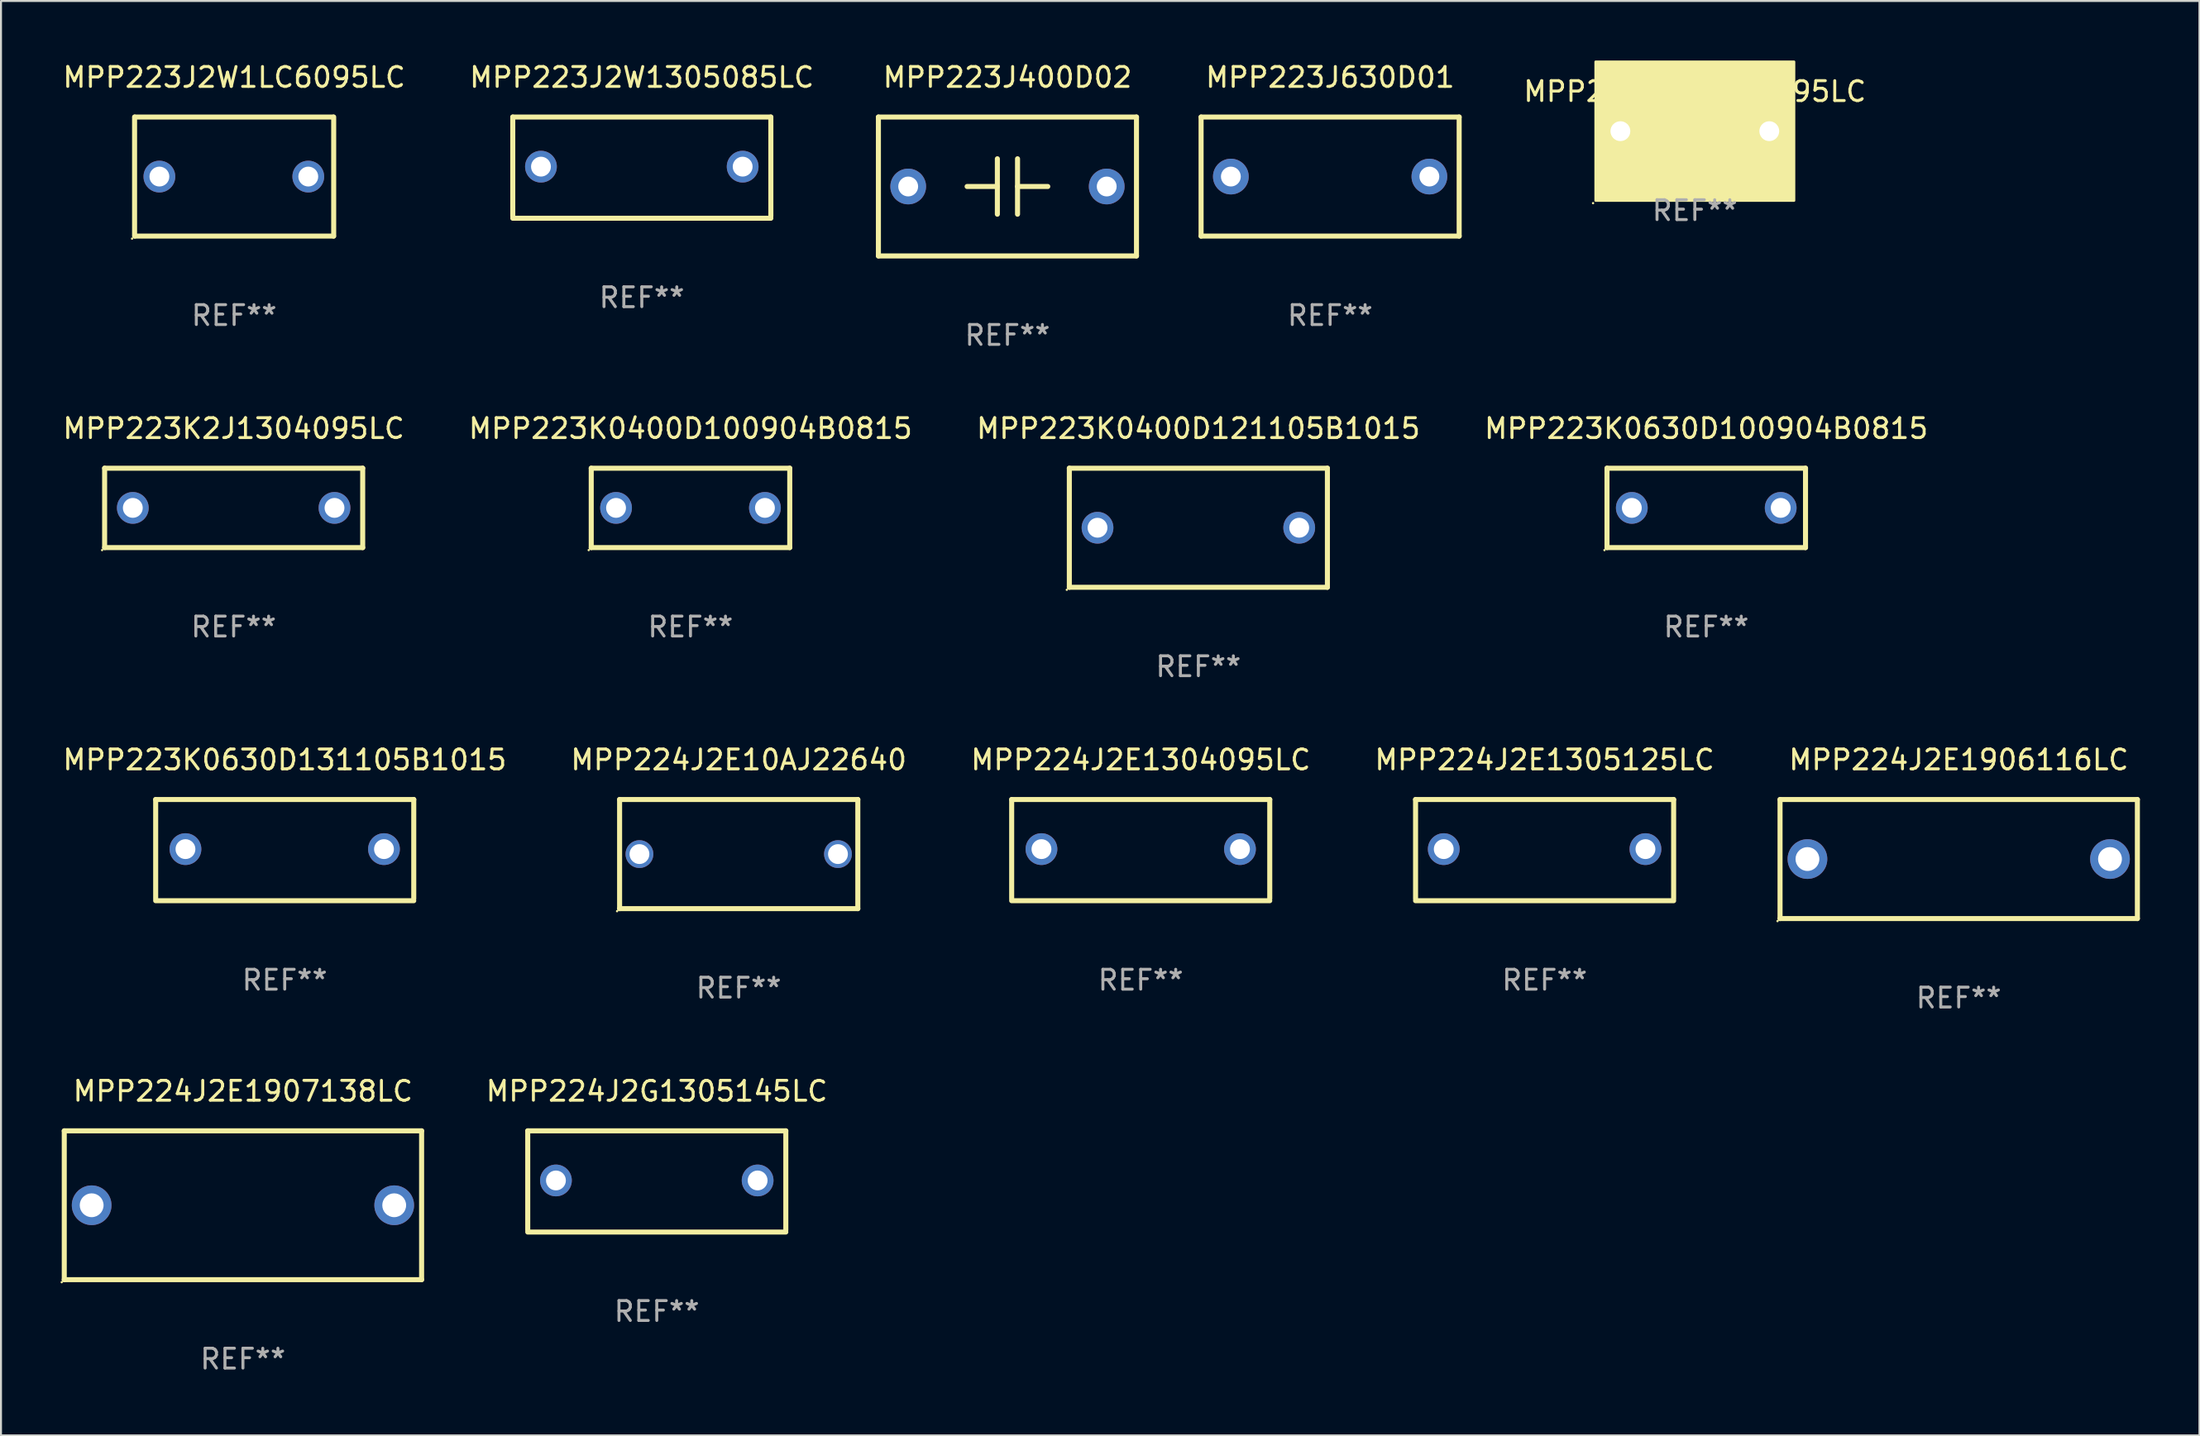
<source format=kicad_pcb>
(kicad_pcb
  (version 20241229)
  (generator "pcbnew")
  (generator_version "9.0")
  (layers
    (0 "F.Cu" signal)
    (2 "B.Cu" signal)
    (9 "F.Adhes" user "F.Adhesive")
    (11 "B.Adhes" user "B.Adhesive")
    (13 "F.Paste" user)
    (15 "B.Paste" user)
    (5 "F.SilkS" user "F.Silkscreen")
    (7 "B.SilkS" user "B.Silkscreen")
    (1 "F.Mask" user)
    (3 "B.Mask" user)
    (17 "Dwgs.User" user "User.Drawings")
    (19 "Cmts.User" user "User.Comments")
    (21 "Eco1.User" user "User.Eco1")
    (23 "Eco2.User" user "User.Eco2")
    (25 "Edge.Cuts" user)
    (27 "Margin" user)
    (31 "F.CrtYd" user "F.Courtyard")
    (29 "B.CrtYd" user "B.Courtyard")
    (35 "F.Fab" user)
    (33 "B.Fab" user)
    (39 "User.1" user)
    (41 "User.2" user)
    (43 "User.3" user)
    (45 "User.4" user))
  (footprint "MPP223J400D02"
    (layer "F.Cu")
    (at 47.698 6.348)
    (property "Reference" "MPP223J400D02" (at 0 -5.5 0) (layer "F.SilkS") (effects (font (size 1 1) (thickness 0.15))))
    (attr through_hole)
    (fp_line (start -6.5 -3.5) (end -6.5 3.5) (stroke (width 0.254) (type solid)) (layer "F.SilkS"))
    (fp_line (start -6.5 -3.5) (end 6.5 -3.5) (stroke (width 0.254) (type solid)) (layer "F.SilkS"))
    (fp_line (start -6.5 3.5) (end 6.5 3.5) (stroke (width 0.254) (type solid)) (layer "F.SilkS"))
    (fp_line (start -0.508 -0.000025) (end -2.032 -0.000025) (stroke (width 0.254) (type solid)) (layer "F.SilkS"))
    (fp_line (start -0.508 1.397) (end -0.508 -1.397) (stroke (width 0.254) (type solid)) (layer "F.SilkS"))
    (fp_line (start 0.508 -1.397) (end 0.508 1.397) (stroke (width 0.254) (type solid)) (layer "F.SilkS"))
    (fp_line (start 0.508 0.000025) (end 2.032 0.000025) (stroke (width 0.254) (type solid)) (layer "F.SilkS"))
    (fp_line (start 6.5 -3.5) (end 6.5 3.5) (stroke (width 0.254) (type solid)) (layer "F.SilkS"))
    (fp_circle (center -6.5 3.5) (end -6.47 3.5) (stroke (width 0.06) (type solid)) (fill no) (layer "F.SilkS"))
    (fp_text user "REF**" (at 0 7.5 0) (layer "F.Fab") (effects (font (size 1 1) (thickness 0.15))))
    (pad "1" thru_hole circle (at -5 0.000025) (size 1.8 1.8) (drill 1) (layers "*.Cu" "*.Mask"))
    (pad "2" thru_hole circle (at 5 0) (size 1.8 1.8) (drill 1) (layers "*.Cu" "*.Mask")))
  (footprint "MPP223J2W1305085LC"
    (layer "F.Cu")
    (at 29.28 5.398)
    (property "Reference" "MPP223J2W1305085LC" (at 0 -4.55 0) (layer "F.SilkS") (effects (font (size 1 1) (thickness 0.15))))
    (attr through_hole)
    (fp_line (start -6.5 -2.55) (end 6.5 -2.55) (stroke (width 0.254) (type solid)) (layer "F.SilkS"))
    (fp_line (start -6.5 2.45) (end -6.5 -2.55) (stroke (width 0.254) (type solid)) (layer "F.SilkS"))
    (fp_line (start 6.5 -2.55) (end 6.5 2.45) (stroke (width 0.254) (type solid)) (layer "F.SilkS"))
    (fp_line (start 6.5 2.55) (end -6.5 2.55) (stroke (width 0.254) (type solid)) (layer "F.SilkS"))
    (fp_circle (center -6.5 2.45) (end -6.47 2.45) (stroke (width 0.06) (type solid)) (fill no) (layer "F.SilkS"))
    (fp_text user "REF**" (at 0 6.55 0) (layer "F.Fab") (effects (font (size 1 1) (thickness 0.15))))
    (pad "1" thru_hole circle (at -5.08 -0.05) (size 1.6 1.6) (drill 1) (layers "*.Cu" "*.Mask"))
    (pad "2" thru_hole circle (at 5.08 -0.05) (size 1.6 1.6) (drill 1) (layers "*.Cu" "*.Mask")))
  (footprint "MPP223K2E1LC6095LC"
    (layer "F.Cu")
    (at 82.324 3.56)
    (property "Reference" "MPP223K2E1LC6095LC" (at 0 -2 0) (layer "F.SilkS") (effects (font (size 1 1) (thickness 0.15))))
    (attr through_hole)
    (fp_circle (center -5.127 3.627) (end -5.097 3.627) (stroke (width 0.06) (type solid)) (fill no) (layer "F.SilkS"))
    (fp_poly (pts (xy -5 -3.5) (xy 5 -3.5) (xy 5 3.5) (xy -5 3.5)) (stroke (width 0.12) (type solid)) (fill yes) (layer "F.SilkS"))
    (fp_text user "REF**" (at 0 4 0) (layer "F.Fab") (effects (font (size 1 1) (thickness 0.15))))
    (pad "1" thru_hole circle (at -3.75 0) (size 1.8 1.8) (drill 1) (layers "*.Cu" "*.Mask"))
    (pad "2" thru_hole circle (at 3.75 0) (size 1.8 1.8) (drill 1) (layers "*.Cu" "*.Mask")))
  (footprint "MPP223K0630D131105B1015"
    (layer "F.Cu")
    (at 11.292 39.791)
    (property "Reference" "MPP223K0630D131105B1015" (at 0 -4.55 0) (layer "F.SilkS") (effects (font (size 1 1) (thickness 0.15))))
    (attr through_hole)
    (fp_line (start -6.5 -2.55) (end 6.5 -2.55) (stroke (width 0.254) (type solid)) (layer "F.SilkS"))
    (fp_line (start -6.5 2.45) (end -6.5 -2.55) (stroke (width 0.254) (type solid)) (layer "F.SilkS"))
    (fp_line (start 6.5 -2.55) (end 6.5 2.45) (stroke (width 0.254) (type solid)) (layer "F.SilkS"))
    (fp_line (start 6.5 2.55) (end -6.5 2.55) (stroke (width 0.254) (type solid)) (layer "F.SilkS"))
    (fp_circle (center -6.5 2.45) (end -6.47 2.45) (stroke (width 0.06) (type solid)) (fill no) (layer "F.SilkS"))
    (fp_text user "REF**" (at 0 6.55 0) (layer "F.Fab") (effects (font (size 1 1) (thickness 0.15))))
    (pad "1" thru_hole circle (at -5 -0.05) (size 1.6 1.6) (drill 1) (layers "*.Cu" "*.Mask"))
    (pad "2" thru_hole circle (at 5 -0.05) (size 1.6 1.6) (drill 1) (layers "*.Cu" "*.Mask")))
  (footprint "MPP224J2E1304095LC"
    (layer "F.Cu")
    (at 54.411 39.791)
    (property "Reference" "MPP224J2E1304095LC" (at 0 -4.55 0) (layer "F.SilkS") (effects (font (size 1 1) (thickness 0.15))))
    (attr through_hole)
    (fp_line (start -6.5 -2.55) (end 6.5 -2.55) (stroke (width 0.254) (type solid)) (layer "F.SilkS"))
    (fp_line (start -6.5 2.45) (end -6.5 -2.55) (stroke (width 0.254) (type solid)) (layer "F.SilkS"))
    (fp_line (start 6.5 -2.55) (end 6.5 2.45) (stroke (width 0.254) (type solid)) (layer "F.SilkS"))
    (fp_line (start 6.5 2.55) (end -6.5 2.55) (stroke (width 0.254) (type solid)) (layer "F.SilkS"))
    (fp_circle (center -6.5 2.45) (end -6.47 2.45) (stroke (width 0.06) (type solid)) (fill no) (layer "F.SilkS"))
    (fp_text user "REF**" (at 0 6.55 0) (layer "F.Fab") (effects (font (size 1 1) (thickness 0.15))))
    (pad "1" thru_hole circle (at -5 -0.05) (size 1.6 1.6) (drill 1) (layers "*.Cu" "*.Mask"))
    (pad "2" thru_hole circle (at 5 -0.05) (size 1.6 1.6) (drill 1) (layers "*.Cu" "*.Mask")))
  (footprint "MPP223J630D01"
    (layer "F.Cu")
    (at 63.952 5.848)
    (property "Reference" "MPP223J630D01" (at 0 -5 0) (layer "F.SilkS") (effects (font (size 1 1) (thickness 0.15))))
    (attr through_hole)
    (fp_line (start -6.5 -3) (end 6.5 -3) (stroke (width 0.254) (type solid)) (layer "F.SilkS"))
    (fp_line (start -6.5 3) (end -6.5 -3) (stroke (width 0.254) (type solid)) (layer "F.SilkS"))
    (fp_line (start 6.5 -3) (end 6.5 3) (stroke (width 0.254) (type solid)) (layer "F.SilkS"))
    (fp_line (start 6.5 3) (end -6.5 3) (stroke (width 0.254) (type solid)) (layer "F.SilkS"))
    (fp_circle (center -6.5 3) (end -6.47 3) (stroke (width 0.06) (type solid)) (fill no) (layer "F.SilkS"))
    (fp_text user "REF**" (at 0 7 0) (layer "F.Fab") (effects (font (size 1 1) (thickness 0.15))))
    (pad "1" thru_hole circle (at -5 0) (size 1.8 1.8) (drill 1) (layers "*.Cu" "*.Mask"))
    (pad "2" thru_hole circle (at 5 0) (size 1.8 1.8) (drill 1) (layers "*.Cu" "*.Mask")))
  (footprint "MPP223K0630D100904B0815"
    (layer "F.Cu")
    (at 82.899 22.545)
    (property "Reference" "MPP223K0630D100904B0815" (at 0 -4 0) (layer "F.SilkS") (effects (font (size 1 1) (thickness 0.15))))
    (attr through_hole)
    (fp_line (start -5 -2) (end 5 -2) (stroke (width 0.254) (type solid)) (layer "F.SilkS"))
    (fp_line (start -5 2) (end -5 -2) (stroke (width 0.254) (type solid)) (layer "F.SilkS"))
    (fp_line (start 5 -2) (end 5 2) (stroke (width 0.254) (type solid)) (layer "F.SilkS"))
    (fp_line (start 5 2) (end -5 2) (stroke (width 0.254) (type solid)) (layer "F.SilkS"))
    (fp_circle (center -5.127 2.127) (end -5.097 2.127) (stroke (width 0.06) (type solid)) (fill no) (layer "F.SilkS"))
    (fp_text user "REF**" (at 0 6 0) (layer "F.Fab") (effects (font (size 1 1) (thickness 0.15))))
    (pad "1" thru_hole circle (at -3.75 0) (size 1.6 1.6) (drill 1) (layers "*.Cu" "*.Mask"))
    (pad "2" thru_hole circle (at 3.75 0) (size 1.6 1.6) (drill 1) (layers "*.Cu" "*.Mask")))
  (footprint "MPP224J2E1907138LC"
    (layer "F.Cu")
    (at 9.187 57.688)
    (property "Reference" "MPP224J2E1907138LC" (at 0 -5.75 0) (layer "F.SilkS") (effects (font (size 1 1) (thickness 0.15))))
    (attr through_hole)
    (fp_line (start -9 -3.75) (end 9 -3.75) (stroke (width 0.254) (type solid)) (layer "F.SilkS"))
    (fp_line (start -9 3.75) (end -9 -3.75) (stroke (width 0.254) (type solid)) (layer "F.SilkS"))
    (fp_line (start 9 -3.75) (end 9 3.75) (stroke (width 0.254) (type solid)) (layer "F.SilkS"))
    (fp_line (start 9 3.75) (end -9 3.75) (stroke (width 0.254) (type solid)) (layer "F.SilkS"))
    (fp_circle (center -9.127 3.877) (end -9.097 3.877) (stroke (width 0.06) (type solid)) (fill no) (layer "F.SilkS"))
    (fp_text user "REF**" (at 0 7.75 0) (layer "F.Fab") (effects (font (size 1 1) (thickness 0.15))))
    (pad "1" thru_hole circle (at -7.62 0) (size 2 2) (drill 1.2) (layers "*.Cu" "*.Mask"))
    (pad "2" thru_hole circle (at 7.62 0) (size 2 2) (drill 1.2) (layers "*.Cu" "*.Mask")))
  (footprint "MPP223J2W1LC6095LC"
    (layer "F.Cu")
    (at 8.744 5.848)
    (property "Reference" "MPP223J2W1LC6095LC" (at 0 -5 0) (layer "F.SilkS") (effects (font (size 1 1) (thickness 0.15))))
    (attr through_hole)
    (fp_line (start -5.015 3) (end -5.015 -3) (stroke (width 0.254) (type solid)) (layer "F.SilkS"))
    (fp_line (start -5.005 -3) (end 4.995 -3) (stroke (width 0.254) (type solid)) (layer "F.SilkS"))
    (fp_line (start 5.005 3) (end -4.995 3) (stroke (width 0.254) (type solid)) (layer "F.SilkS"))
    (fp_line (start 5.015 -3) (end 5.015 3) (stroke (width 0.254) (type solid)) (layer "F.SilkS"))
    (fp_circle (center -5.142 3.127) (end -5.112 3.127) (stroke (width 0.06) (type solid)) (fill no) (layer "F.SilkS"))
    (fp_text user "REF**" (at 0 7 0) (layer "F.Fab") (effects (font (size 1 1) (thickness 0.15))))
    (pad "1" thru_hole circle (at -3.765 0) (size 1.6 1.6) (drill 1) (layers "*.Cu" "*.Mask"))
    (pad "2" thru_hole circle (at 3.735 0) (size 1.6 1.6) (drill 1) (layers "*.Cu" "*.Mask")))
  (footprint "MPP224J2E10AJ22640"
    (layer "F.Cu")
    (at 34.161 39.991)
    (property "Reference" "MPP224J2E10AJ22640" (at 0 -4.75 0) (layer "F.SilkS") (effects (font (size 1 1) (thickness 0.15))))
    (attr through_hole)
    (fp_line (start -6 -2.75) (end -6 2.75) (stroke (width 0.254) (type solid)) (layer "F.SilkS"))
    (fp_line (start -6 -2.75) (end 6 -2.75) (stroke (width 0.254) (type solid)) (layer "F.SilkS"))
    (fp_line (start 6 -2.75) (end 6 2.75) (stroke (width 0.254) (type solid)) (layer "F.SilkS"))
    (fp_line (start 6 2.75) (end -6 2.75) (stroke (width 0.254) (type solid)) (layer "F.SilkS"))
    (fp_circle (center -6.127 2.877) (end -6.097 2.877) (stroke (width 0.06) (type solid)) (fill no) (layer "F.SilkS"))
    (fp_text user "REF**" (at 0 6.75 0) (layer "F.Fab") (effects (font (size 1 1) (thickness 0.15))))
    (pad "1" thru_hole circle (at -5 0) (size 1.4 1.4) (drill 1) (layers "*.Cu" "*.Mask"))
    (pad "2" thru_hole circle (at 5 0) (size 1.4 1.4) (drill 1) (layers "*.Cu" "*.Mask")))
  (footprint "MPP223K0400D121105B1015"
    (layer "F.Cu")
    (at 57.315 23.545)
    (property "Reference" "MPP223K0400D121105B1015" (at 0 -5 0) (layer "F.SilkS") (effects (font (size 1 1) (thickness 0.15))))
    (attr through_hole)
    (fp_line (start -6.5 -3) (end 6.5 -3) (stroke (width 0.254) (type solid)) (layer "F.SilkS"))
    (fp_line (start -6.5 3) (end -6.5 -3) (stroke (width 0.254) (type solid)) (layer "F.SilkS"))
    (fp_line (start 6.5 -3) (end 6.5 3) (stroke (width 0.254) (type solid)) (layer "F.SilkS"))
    (fp_line (start 6.5 3) (end -6.5 3) (stroke (width 0.254) (type solid)) (layer "F.SilkS"))
    (fp_circle (center -6.627 3.127) (end -6.597 3.127) (stroke (width 0.06) (type solid)) (fill no) (layer "F.SilkS"))
    (fp_text user "REF**" (at 0 7 0) (layer "F.Fab") (effects (font (size 1 1) (thickness 0.15))))
    (pad "1" thru_hole circle (at -5.08 0) (size 1.6 1.6) (drill 1) (layers "*.Cu" "*.Mask"))
    (pad "2" thru_hole circle (at 5.08 0) (size 1.6 1.6) (drill 1) (layers "*.Cu" "*.Mask")))
  (footprint "MPP224J2E1305125LC"
    (layer "F.Cu")
    (at 74.756 39.791)
    (property "Reference" "MPP224J2E1305125LC" (at 0 -4.55 0) (layer "F.SilkS") (effects (font (size 1 1) (thickness 0.15))))
    (attr through_hole)
    (fp_line (start -6.5 -2.55) (end 6.5 -2.55) (stroke (width 0.254) (type solid)) (layer "F.SilkS"))
    (fp_line (start -6.5 2.45) (end -6.5 -2.55) (stroke (width 0.254) (type solid)) (layer "F.SilkS"))
    (fp_line (start 6.5 -2.55) (end 6.5 2.45) (stroke (width 0.254) (type solid)) (layer "F.SilkS"))
    (fp_line (start 6.5 2.55) (end -6.5 2.55) (stroke (width 0.254) (type solid)) (layer "F.SilkS"))
    (fp_circle (center -6.5 2.45) (end -6.47 2.45) (stroke (width 0.06) (type solid)) (fill no) (layer "F.SilkS"))
    (fp_text user "REF**" (at 0 6.55 0) (layer "F.Fab") (effects (font (size 1 1) (thickness 0.15))))
    (pad "1" thru_hole circle (at -5.08 -0.05) (size 1.6 1.6) (drill 1) (layers "*.Cu" "*.Mask"))
    (pad "2" thru_hole circle (at 5.08 -0.05) (size 1.6 1.6) (drill 1) (layers "*.Cu" "*.Mask")))
  (footprint "MPP224J2G1305145LC"
    (layer "F.Cu")
    (at 30.034 56.488)
    (property "Reference" "MPP224J2G1305145LC" (at 0 -4.55 0) (layer "F.SilkS") (effects (font (size 1 1) (thickness 0.15))))
    (attr through_hole)
    (fp_line (start -6.5 -2.55) (end 6.5 -2.55) (stroke (width 0.254) (type solid)) (layer "F.SilkS"))
    (fp_line (start -6.5 2.45) (end -6.5 -2.55) (stroke (width 0.254) (type solid)) (layer "F.SilkS"))
    (fp_line (start 6.5 -2.55) (end 6.5 2.45) (stroke (width 0.254) (type solid)) (layer "F.SilkS"))
    (fp_line (start 6.5 2.55) (end -6.5 2.55) (stroke (width 0.254) (type solid)) (layer "F.SilkS"))
    (fp_circle (center -6.5 2.45) (end -6.47 2.45) (stroke (width 0.06) (type solid)) (fill no) (layer "F.SilkS"))
    (fp_text user "REF**" (at 0 6.55 0) (layer "F.Fab") (effects (font (size 1 1) (thickness 0.15))))
    (pad "1" thru_hole circle (at -5.08 -0.05) (size 1.6 1.6) (drill 1) (layers "*.Cu" "*.Mask"))
    (pad "2" thru_hole circle (at 5.08 -0.05) (size 1.6 1.6) (drill 1) (layers "*.Cu" "*.Mask")))
  (footprint "MPP224J2E1906116LC"
    (layer "F.Cu")
    (at 95.616 40.241)
    (property "Reference" "MPP224J2E1906116LC" (at 0 -5 0) (layer "F.SilkS") (effects (font (size 1 1) (thickness 0.15))))
    (attr through_hole)
    (fp_line (start -9 -3) (end 9 -3) (stroke (width 0.254) (type solid)) (layer "F.SilkS"))
    (fp_line (start -9 3) (end -9 -3) (stroke (width 0.254) (type solid)) (layer "F.SilkS"))
    (fp_line (start 9 -3) (end 9 3) (stroke (width 0.254) (type solid)) (layer "F.SilkS"))
    (fp_line (start 9 3) (end -9 3) (stroke (width 0.254) (type solid)) (layer "F.SilkS"))
    (fp_circle (center -9.127 3.127) (end -9.097 3.127) (stroke (width 0.06) (type solid)) (fill no) (layer "F.SilkS"))
    (fp_text user "REF**" (at 0 7 0) (layer "F.Fab") (effects (font (size 1 1) (thickness 0.15))))
    (pad "1" thru_hole circle (at -7.62 0) (size 2 2) (drill 1.2) (layers "*.Cu" "*.Mask"))
    (pad "2" thru_hole circle (at 7.62 0) (size 2 2) (drill 1.2) (layers "*.Cu" "*.Mask")))
  (footprint "MPP223K0400D100904B0815"
    (layer "F.Cu")
    (at 31.732 22.545)
    (property "Reference" "MPP223K0400D100904B0815" (at 0 -4 0) (layer "F.SilkS") (effects (font (size 1 1) (thickness 0.15))))
    (attr through_hole)
    (fp_line (start -5 -2) (end 5 -2) (stroke (width 0.254) (type solid)) (layer "F.SilkS"))
    (fp_line (start -5 2) (end -5 -2) (stroke (width 0.254) (type solid)) (layer "F.SilkS"))
    (fp_line (start 5 -2) (end 5 2) (stroke (width 0.254) (type solid)) (layer "F.SilkS"))
    (fp_line (start 5 2) (end -5 2) (stroke (width 0.254) (type solid)) (layer "F.SilkS"))
    (fp_circle (center -5.127 2.127) (end -5.097 2.127) (stroke (width 0.06) (type solid)) (fill no) (layer "F.SilkS"))
    (fp_text user "REF**" (at 0 6 0) (layer "F.Fab") (effects (font (size 1 1) (thickness 0.15))))
    (pad "1" thru_hole circle (at -3.75 0) (size 1.6 1.6) (drill 1) (layers "*.Cu" "*.Mask"))
    (pad "2" thru_hole circle (at 3.75 0) (size 1.6 1.6) (drill 1) (layers "*.Cu" "*.Mask")))
  (footprint "MPP223K2J1304095LC"
    (layer "F.Cu")
    (at 8.72 22.545)
    (property "Reference" "MPP223K2J1304095LC" (at 0 -4 0) (layer "F.SilkS") (effects (font (size 1 1) (thickness 0.15))))
    (attr through_hole)
    (fp_line (start -6.5 -2) (end 6.5 -2) (stroke (width 0.254) (type solid)) (layer "F.SilkS"))
    (fp_line (start -6.5 2) (end -6.5 -2) (stroke (width 0.254) (type solid)) (layer "F.SilkS"))
    (fp_line (start 6.5 -2) (end 6.5 2) (stroke (width 0.254) (type solid)) (layer "F.SilkS"))
    (fp_line (start 6.5 2) (end -6.5 2) (stroke (width 0.254) (type solid)) (layer "F.SilkS"))
    (fp_circle (center -6.627 2.127) (end -6.597 2.127) (stroke (width 0.06) (type solid)) (fill no) (layer "F.SilkS"))
    (fp_text user "REF**" (at 0 6 0) (layer "F.Fab") (effects (font (size 1 1) (thickness 0.15))))
    (pad "1" thru_hole circle (at -5.08 0) (size 1.6 1.6) (drill 1) (layers "*.Cu" "*.Mask"))
    (pad "2" thru_hole circle (at 5.08 0) (size 1.6 1.6) (drill 1) (layers "*.Cu" "*.Mask")))
  (gr_rect
    (start -3 -3)
    (end 107.743 69.286)
    (stroke (width 0.1) (type default))
    (fill no)
    (layer "Edge.Cuts")))
</source>
